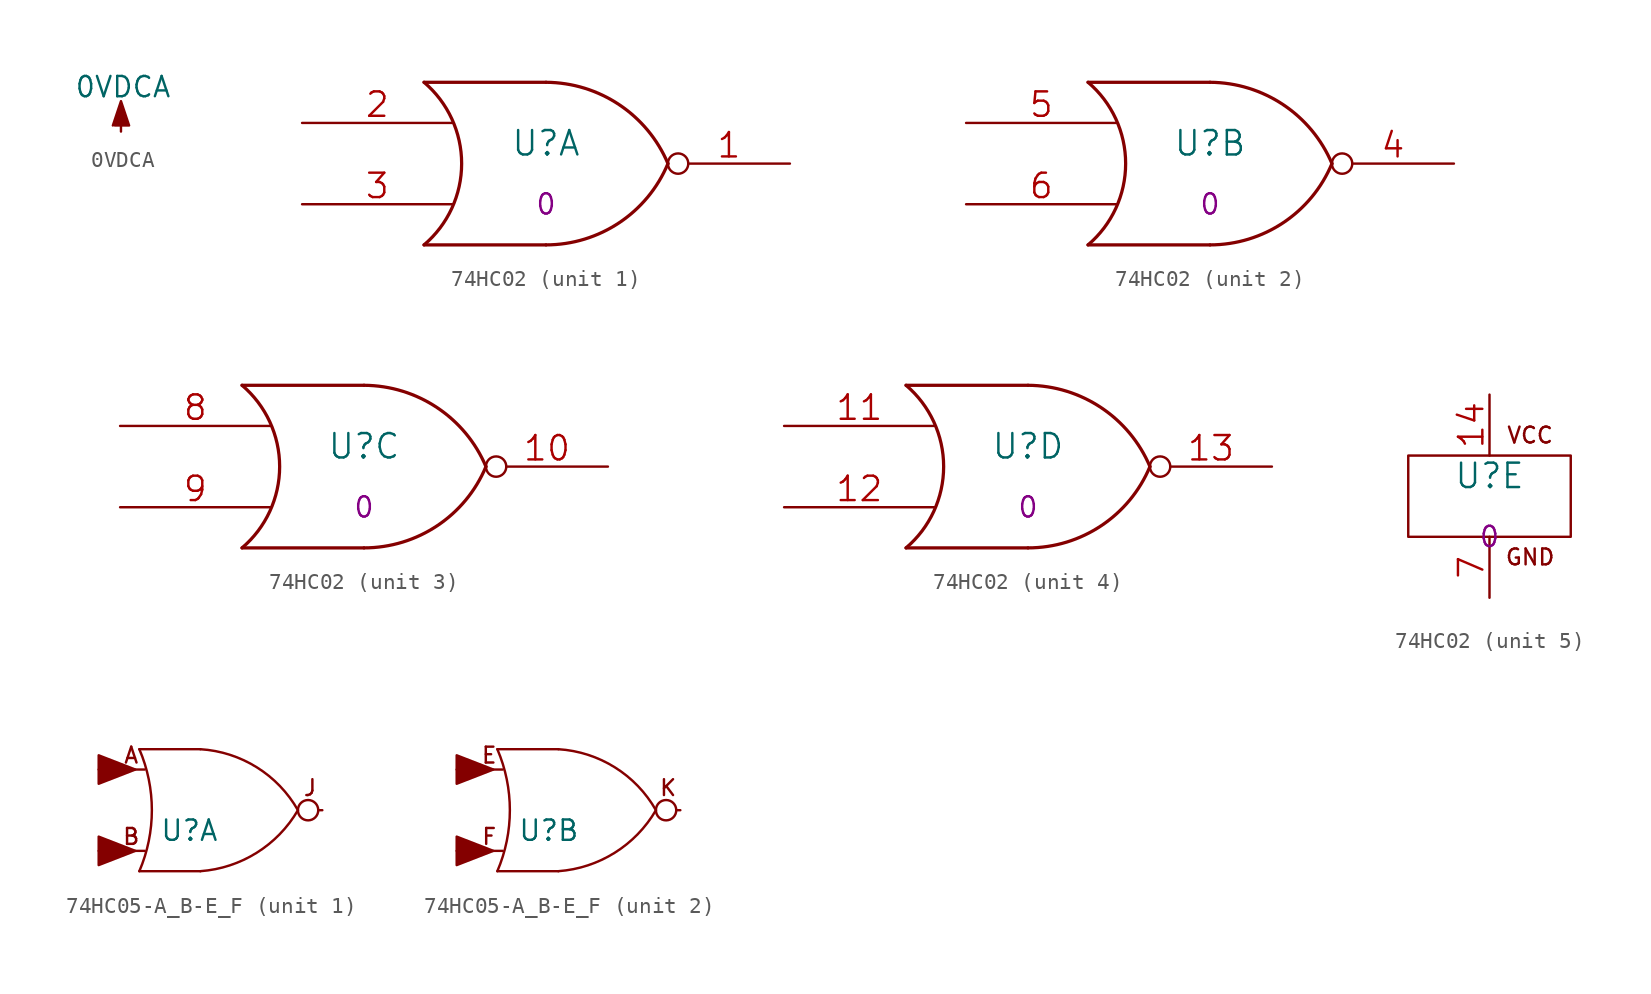
<source format=kicad_sym>
(kicad_symbol_lib
  (version 20211014)
  (generator kicad_symbol_editor)
  (symbol "0VDCA"
    (power)
    (pin_names
      (offset 0))
    (property "Reference" "#PWR"
      (at 0 -3.81 0)
      (effects (font (size 1.27 1.27)) hide))
    (property "Value" "0VDCA"
      (at 0.127 2.794 0)
      (effects (font (size 1.27 1.27))))
    (property "Footprint" ""
      (at 0 0 0)
      (effects (font (size 1.524 1.524))))
    (property "Datasheet" ""
      (at 0 0 0)
      (effects (font (size 1.524 1.524))))
    (symbol "0VDCA_0_1"
      (polyline (pts (xy 0 0) (xy 0 0.381)) (stroke (width 0) (type default) (color 0 0 0 0)) (fill (type none)))
      (polyline (pts (xy -0.508 0.381) (xy 0 1.905) (xy 0.508 0.381) (xy -0.381 0.381)) (stroke (width 0) (type default) (color 0 0 0 0)) (fill (type outline))))
    (symbol "0VDCA_1_1"
      (pin power_in line (at 0 0 90) (length 0) hide (name "0VDCA" (effects (font (size 1.27 1.27)))) (number "1" (effects (font (size 1.27 1.27)))))))
  (symbol "74HC02"
    (pin_names
      (offset 0.762))
    (property "Reference" "U"
      (at 0 1.27 0)
      (effects (font (size 1.524 1.524))))
    (property "Datasheet" ""
      (at 0 0 0)
      (effects (font (size 1.524 1.524))))
    (property "Location" "0"
      (at 0 -2.54 0)
      (effects (font (size 1.27 1.27))))
    (property "ki_locked" ""
      (at 0 0 0)
      (effects (font (size 1.27 1.27))))
    (symbol "74HC02_1_1"
      (arc (start -7.62 -5.08) (mid -5.2708 0) (end -7.62 5.08) (stroke (width 0.2032) (type default) (color 0 0 0 0)) (fill (type none)))
      (arc (start 0 -5.08) (mid 4.5812 -3.6906) (end 7.62 0) (stroke (width 0.2032) (type default) (color 0 0 0 0)) (fill (type none)))
      (polyline (pts (xy -7.62 -5.08) (xy 0 -5.08)) (stroke (width 0.203) (type default) (color 0 0 0 0)) (fill (type none)))
      (polyline (pts (xy -7.62 5.08) (xy 0 5.08)) (stroke (width 0.203) (type default) (color 0 0 0 0)) (fill (type none)))
      (arc (start 7.62 0) (mid 4.5727 3.6819) (end 0 5.08) (stroke (width 0.2032) (type default) (color 0 0 0 0)) (fill (type none)))
      (pin output inverted (at 15.24 0 180) (length 7.62) (name "~" (effects (font (size 1.524 1.524)))) (number "1" (effects (font (size 1.524 1.524)))))
      (pin input line (at -15.24 2.54 0) (length 9.398) (name "~" (effects (font (size 1.524 1.524)))) (number "2" (effects (font (size 1.524 1.524)))))
      (pin input line (at -15.24 -2.54 0) (length 9.398) (name "~" (effects (font (size 1.524 1.524)))) (number "3" (effects (font (size 1.524 1.524))))))
    (symbol "74HC02_2_1"
      (arc (start -7.62 -5.08) (mid -5.2708 0) (end -7.62 5.08) (stroke (width 0.2032) (type default) (color 0 0 0 0)) (fill (type none)))
      (arc (start 0 -5.08) (mid 4.5812 -3.6906) (end 7.62 0) (stroke (width 0.2032) (type default) (color 0 0 0 0)) (fill (type none)))
      (polyline (pts (xy -7.62 -5.08) (xy 0 -5.08)) (stroke (width 0.203) (type default) (color 0 0 0 0)) (fill (type none)))
      (polyline (pts (xy -7.62 5.08) (xy 0 5.08)) (stroke (width 0.203) (type default) (color 0 0 0 0)) (fill (type none)))
      (arc (start 7.62 0) (mid 4.5727 3.6819) (end 0 5.08) (stroke (width 0.2032) (type default) (color 0 0 0 0)) (fill (type none)))
      (pin output inverted (at 15.24 0 180) (length 7.62) (name "~" (effects (font (size 1.524 1.524)))) (number "4" (effects (font (size 1.524 1.524)))))
      (pin input line (at -15.24 2.54 0) (length 9.398) (name "~" (effects (font (size 1.524 1.524)))) (number "5" (effects (font (size 1.524 1.524)))))
      (pin input line (at -15.24 -2.54 0) (length 9.398) (name "~" (effects (font (size 1.524 1.524)))) (number "6" (effects (font (size 1.524 1.524))))))
    (symbol "74HC02_3_1"
      (arc (start -7.62 -5.08) (mid -5.2708 0) (end -7.62 5.08) (stroke (width 0.2032) (type default) (color 0 0 0 0)) (fill (type none)))
      (arc (start 0 -5.08) (mid 4.5812 -3.6906) (end 7.62 0) (stroke (width 0.2032) (type default) (color 0 0 0 0)) (fill (type none)))
      (polyline (pts (xy -7.62 -5.08) (xy 0 -5.08)) (stroke (width 0.203) (type default) (color 0 0 0 0)) (fill (type none)))
      (polyline (pts (xy -7.62 5.08) (xy 0 5.08)) (stroke (width 0.203) (type default) (color 0 0 0 0)) (fill (type none)))
      (arc (start 7.62 0) (mid 4.5727 3.6819) (end 0 5.08) (stroke (width 0.2032) (type default) (color 0 0 0 0)) (fill (type none)))
      (pin output inverted (at 15.24 0 180) (length 7.62) (name "~" (effects (font (size 1.524 1.524)))) (number "10" (effects (font (size 1.524 1.524)))))
      (pin input line (at -15.24 2.54 0) (length 9.398) (name "~" (effects (font (size 1.524 1.524)))) (number "8" (effects (font (size 1.524 1.524)))))
      (pin input line (at -15.24 -2.54 0) (length 9.398) (name "~" (effects (font (size 1.524 1.524)))) (number "9" (effects (font (size 1.524 1.524))))))
    (symbol "74HC02_4_1"
      (arc (start -7.62 -5.08) (mid -5.2708 0) (end -7.62 5.08) (stroke (width 0.2032) (type default) (color 0 0 0 0)) (fill (type none)))
      (arc (start 0 -5.08) (mid 4.5812 -3.6906) (end 7.62 0) (stroke (width 0.2032) (type default) (color 0 0 0 0)) (fill (type none)))
      (polyline (pts (xy -7.62 -5.08) (xy 0 -5.08)) (stroke (width 0.203) (type default) (color 0 0 0 0)) (fill (type none)))
      (polyline (pts (xy -7.62 5.08) (xy 0 5.08)) (stroke (width 0.203) (type default) (color 0 0 0 0)) (fill (type none)))
      (arc (start 7.62 0) (mid 4.5727 3.6819) (end 0 5.08) (stroke (width 0.2032) (type default) (color 0 0 0 0)) (fill (type none)))
      (pin input line (at -15.24 2.54 0) (length 9.398) (name "~" (effects (font (size 1.524 1.524)))) (number "11" (effects (font (size 1.524 1.524)))))
      (pin input line (at -15.24 -2.54 0) (length 9.398) (name "~" (effects (font (size 1.524 1.524)))) (number "12" (effects (font (size 1.524 1.524)))))
      (pin output inverted (at 15.24 0 180) (length 7.62) (name "~" (effects (font (size 1.524 1.524)))) (number "13" (effects (font (size 1.524 1.524))))))
    (symbol "74HC02_5_0"
      (text "GND" (at 2.54 -3.81 0) (effects (font (size 0.991 0.991))))
      (text "VCC" (at 2.54 3.81 0) (effects (font (size 0.991 0.991)))))
    (symbol "74HC02_5_1"
      (rectangle (start -5.08 2.54) (end 5.08 -2.54) (stroke (width 0) (type default) (color 0 0 0 0)) (fill (type none)))
      (pin power_in line (at 0 6.35 270) (length 3.81) (name "VCC" (effects (font (size 0 0)))) (number "14" (effects (font (size 1.524 1.524)))))
      (pin power_in line (at 0 -6.35 90) (length 3.81) (name "GND" (effects (font (size 0 0)))) (number "7" (effects (font (size 1.524 1.524)))))))
  (symbol "74HC05-A_B-E_F"
    (pin_numbers hide)
    (pin_names
      (offset 0.381) hide)
    (property "Reference" "U"
      (at -2.54 -1.27 0)
      (effects (font (size 1.27 1.27)) (justify left)))
    (property "Footprint" ""
      (at 2.54 0 0)
      (effects (font (size 1.524 1.524))))
    (property "Datasheet" ""
      (at 2.54 0 0)
      (effects (font (size 1.524 1.524))))
    (property "ki_locked" ""
      (at 0 0 0)
      (effects (font (size 1.27 1.27))))
    (symbol "74HC05-A_B-E_F_0_0"
      (circle (center 6.731 0) (radius 0.635) (stroke (width 0) (type default) (color 0 0 0 0)) (fill (type none))))
    (symbol "74HC05-A_B-E_F_0_1"
      (arc (start -3.81 -3.81) (mid -3.028 0) (end -3.81 3.81) (stroke (width 0) (type default) (color 0 0 0 0)) (fill (type none)))
      (arc (start 0 -3.81) (mid 3.5177 -2.6614) (end 6.096 0) (stroke (width 0) (type default) (color 0 0 0 0)) (fill (type none)))
      (polyline (pts (xy -3.81 3.81) (xy 0 3.81)) (stroke (width 0) (type default) (color 0 0 0 0)) (fill (type none)))
      (polyline (pts (xy 0 -3.81) (xy -3.81 -3.81)) (stroke (width 0) (type default) (color 0 0 0 0)) (fill (type none)))
      (arc (start 6.096 0) (mid 3.5285 2.6786) (end 0 3.81) (stroke (width 0) (type default) (color 0 0 0 0)) (fill (type none)))
      (pin power_in line (at 0 3.81 270) (length 0) hide (name "FAP" (effects (font (size 1.27 1.27)))) (number "14" (effects (font (size 1.27 1.27)))))
      (pin power_in line (at 0 -3.81 90) (length 0) hide (name "0VDCA" (effects (font (size 1.27 1.27)))) (number "7" (effects (font (size 1.27 1.27))))))
    (symbol "74HC05-A_B-E_F_1_0"
      (polyline (pts (xy -4.064 -2.54) (xy -6.35 -1.651) (xy -6.35 -3.429) (xy -4.064 -2.54)) (stroke (width 0) (type default) (color 0 0 0 0)) (fill (type outline)))
      (polyline (pts (xy -4.064 2.54) (xy -6.35 3.429) (xy -6.35 1.651) (xy -4.064 2.54)) (stroke (width 0) (type default) (color 0 0 0 0)) (fill (type outline)))
      (text "A" (at -4.318 3.429 0) (effects (font (size 0.991 0.991))))
      (text "B" (at -4.318 -1.651 0) (effects (font (size 0.991 0.991))))
      (text "J" (at 6.858 1.397 0) (effects (font (size 0.991 0.991)))))
    (symbol "74HC05-A_B-E_F_1_1"
      (pin power_in line (at 0 -3.81 90) (length 0) hide (name "0VDCA" (effects (font (size 1.27 1.27)))) (number "1" (effects (font (size 1.27 1.27)))))
      (pin no_connect line (at 1.27 -3.81 180) (length 0) hide (name "J" (effects (font (size 1.524 1.524)))) (number "2" (effects (font (size 1.524 1.524)))))
      (pin input line (at -6.35 -2.54 0) (length 2.87) (name "B" (effects (font (size 1.27 1.27)))) (number "3" (effects (font (size 1.27 1.27)))))
      (pin open_collector line (at 7.62 0 180) (length 0.203) (name "J" (effects (font (size 1.524 1.524)))) (number "4" (effects (font (size 1.524 1.524)))))
      (pin input line (at -6.35 2.54 0) (length 2.87) (name "A" (effects (font (size 1.27 1.27)))) (number "5" (effects (font (size 1.27 1.27)))))
      (pin open_collector line (at 7.62 0 180) (length 0) hide (name "J" (effects (font (size 1.524 1.524)))) (number "6" (effects (font (size 1.524 1.524))))))
    (symbol "74HC05-A_B-E_F_2_0"
      (polyline (pts (xy -4.064 -2.54) (xy -6.35 -1.651) (xy -6.35 -3.429) (xy -4.064 -2.54)) (stroke (width 0) (type default) (color 0 0 0 0)) (fill (type outline)))
      (polyline (pts (xy -4.064 2.54) (xy -6.35 3.429) (xy -6.35 1.651) (xy -4.064 2.54)) (stroke (width 0) (type default) (color 0 0 0 0)) (fill (type outline)))
      (text "E" (at -4.318 3.429 0) (effects (font (size 0.991 0.991))))
      (text "F" (at -4.318 -1.651 0) (effects (font (size 0.991 0.991))))
      (text "K" (at 6.858 1.397 0) (effects (font (size 0.991 0.991)))))
    (symbol "74HC05-A_B-E_F_2_1"
      (pin open_collector line (at 7.62 0 180) (length 0) hide (name "K" (effects (font (size 1.524 1.524)))) (number "10" (effects (font (size 1.524 1.524)))))
      (pin input line (at -6.35 2.54 0) (length 2.87) (name "E" (effects (font (size 1.27 1.27)))) (number "11" (effects (font (size 1.27 1.27)))))
      (pin open_collector line (at 7.62 0 180) (length 0.203) (name "K" (effects (font (size 1.524 1.524)))) (number "12" (effects (font (size 1.524 1.524)))))
      (pin input line (at -6.35 -2.54 0) (length 2.87) (name "F" (effects (font (size 1.27 1.27)))) (number "13" (effects (font (size 1.27 1.27)))))
      (pin no_connect line (at 1.27 -3.81 180) (length 0) hide (name "K" (effects (font (size 1.524 1.524)))) (number "8" (effects (font (size 1.524 1.524)))))
      (pin power_in line (at 0 -3.81 90) (length 0) hide (name "0VDCA" (effects (font (size 1.27 1.27)))) (number "9" (effects (font (size 1.27 1.27))))))))
</source>
